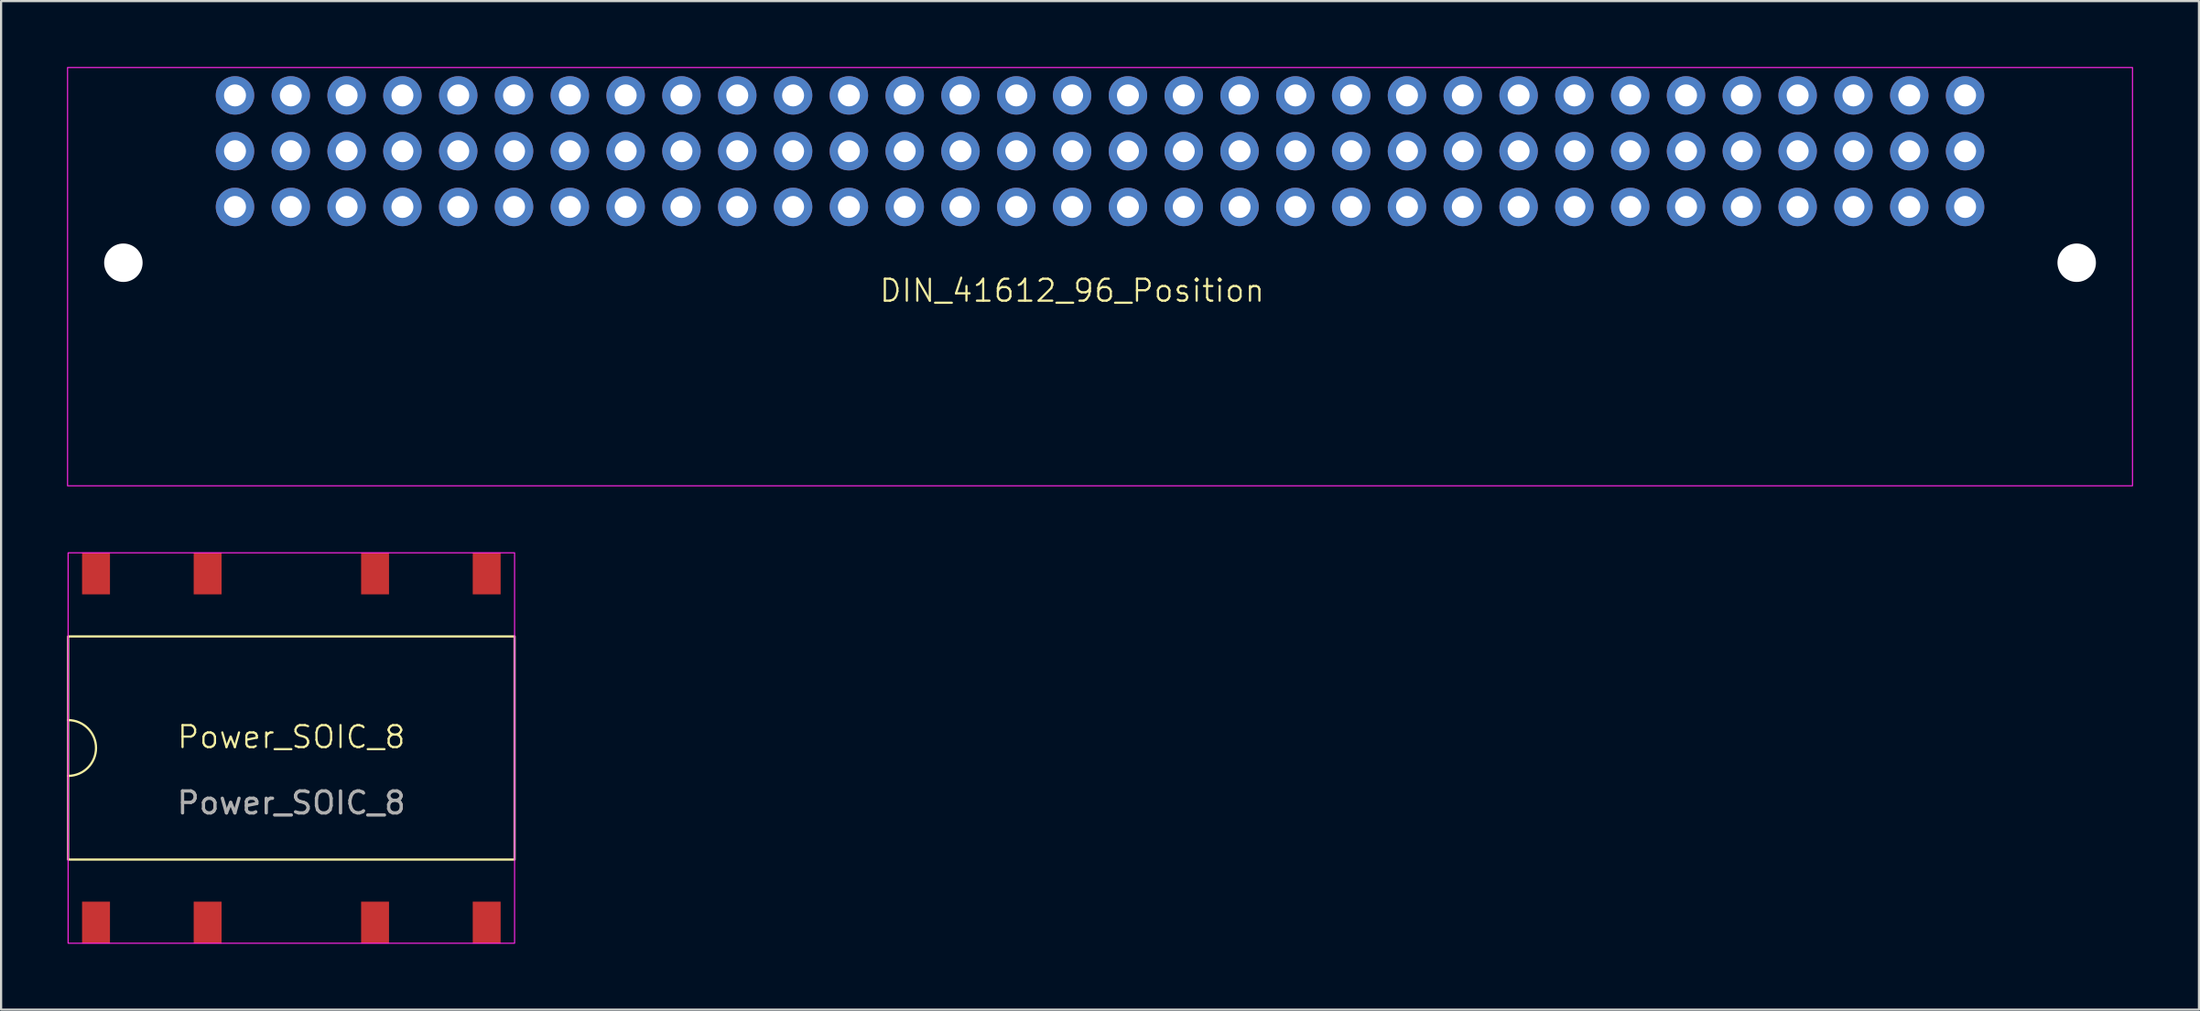
<source format=kicad_pcb>
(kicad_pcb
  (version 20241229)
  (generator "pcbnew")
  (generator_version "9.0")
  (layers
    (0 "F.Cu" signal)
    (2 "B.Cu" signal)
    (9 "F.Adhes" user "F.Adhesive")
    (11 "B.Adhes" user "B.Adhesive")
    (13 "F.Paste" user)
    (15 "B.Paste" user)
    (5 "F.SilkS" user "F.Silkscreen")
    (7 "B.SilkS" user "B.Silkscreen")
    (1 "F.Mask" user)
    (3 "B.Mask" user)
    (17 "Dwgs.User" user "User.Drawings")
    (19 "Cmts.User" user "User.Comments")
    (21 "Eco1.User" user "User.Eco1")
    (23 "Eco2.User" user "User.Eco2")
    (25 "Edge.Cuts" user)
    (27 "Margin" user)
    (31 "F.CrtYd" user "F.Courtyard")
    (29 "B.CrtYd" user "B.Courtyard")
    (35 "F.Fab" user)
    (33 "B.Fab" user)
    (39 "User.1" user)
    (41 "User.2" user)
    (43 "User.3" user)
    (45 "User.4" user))
  (footprint "DIN_41612_96_Position"
    (layer "F.Cu")
    (at 47.015 3.835)
    (property "Reference" "DIN_41612_96_Position" (at -1.27 6.35 0) (unlocked yes) (layer "F.SilkS") (effects (font (size 1 1) (thickness 0.1))))
    (attr through_hole)
    (fp_rect (start -46.99 -3.81) (end 46.99 15.24) (stroke (width 0.05) (type default)) (fill no) (layer "F.CrtYd"))
    (pad "" np_thru_hole circle (at -44.45 5.08) (size 1.75 1.75) (drill 2.794) (layers "*.Cu" "*.Mask"))
    (pad "" np_thru_hole circle (at 44.45 5.08) (size 1.75 1.75) (drill 2.794) (layers "*.Cu" "*.Mask"))
    (pad "A1" thru_hole circle (at 39.37 2.54) (size 1.75 1.75) (drill 1) (layers "*.Cu" "*.Mask"))
    (pad "A2" thru_hole circle (at 36.83 2.54) (size 1.75 1.75) (drill 1) (layers "*.Cu" "*.Mask"))
    (pad "A3" thru_hole circle (at 34.29 2.54) (size 1.75 1.75) (drill 1) (layers "*.Cu" "*.Mask"))
    (pad "A4" thru_hole circle (at 31.75 2.54) (size 1.75 1.75) (drill 1) (layers "*.Cu" "*.Mask"))
    (pad "A5" thru_hole circle (at 29.21 2.54) (size 1.75 1.75) (drill 1) (layers "*.Cu" "*.Mask"))
    (pad "A6" thru_hole circle (at 26.67 2.54) (size 1.75 1.75) (drill 1) (layers "*.Cu" "*.Mask"))
    (pad "A7" thru_hole circle (at 24.13 2.54) (size 1.75 1.75) (drill 1) (layers "*.Cu" "*.Mask"))
    (pad "A8" thru_hole circle (at 21.59 2.54) (size 1.75 1.75) (drill 1) (layers "*.Cu" "*.Mask"))
    (pad "A9" thru_hole circle (at 19.05 2.54) (size 1.75 1.75) (drill 1) (layers "*.Cu" "*.Mask"))
    (pad "A10" thru_hole circle (at 16.51 2.54) (size 1.75 1.75) (drill 1) (layers "*.Cu" "*.Mask"))
    (pad "A11" thru_hole circle (at 13.97 2.54) (size 1.75 1.75) (drill 1) (layers "*.Cu" "*.Mask"))
    (pad "A12" thru_hole circle (at 11.43 2.54) (size 1.75 1.75) (drill 1) (layers "*.Cu" "*.Mask"))
    (pad "A13" thru_hole circle (at 8.89 2.54) (size 1.75 1.75) (drill 1) (layers "*.Cu" "*.Mask"))
    (pad "A14" thru_hole circle (at 6.35 2.54) (size 1.75 1.75) (drill 1) (layers "*.Cu" "*.Mask"))
    (pad "A15" thru_hole circle (at 3.81 2.54) (size 1.75 1.75) (drill 1) (layers "*.Cu" "*.Mask"))
    (pad "A16" thru_hole circle (at 1.27 2.54) (size 1.75 1.75) (drill 1) (layers "*.Cu" "*.Mask"))
    (pad "A17" thru_hole circle (at -1.27 2.54) (size 1.75 1.75) (drill 1) (layers "*.Cu" "*.Mask"))
    (pad "A18" thru_hole circle (at -3.81 2.54) (size 1.75 1.75) (drill 1) (layers "*.Cu" "*.Mask"))
    (pad "A19" thru_hole circle (at -6.35 2.54) (size 1.75 1.75) (drill 1) (layers "*.Cu" "*.Mask"))
    (pad "A20" thru_hole circle (at -8.89 2.54) (size 1.75 1.75) (drill 1) (layers "*.Cu" "*.Mask"))
    (pad "A21" thru_hole circle (at -11.43 2.54) (size 1.75 1.75) (drill 1) (layers "*.Cu" "*.Mask"))
    (pad "A22" thru_hole circle (at -13.97 2.54) (size 1.75 1.75) (drill 1) (layers "*.Cu" "*.Mask"))
    (pad "A23" thru_hole circle (at -16.51 2.54) (size 1.75 1.75) (drill 1) (layers "*.Cu" "*.Mask"))
    (pad "A24" thru_hole circle (at -19.05 2.54) (size 1.75 1.75) (drill 1) (layers "*.Cu" "*.Mask"))
    (pad "A25" thru_hole circle (at -21.59 2.54) (size 1.75 1.75) (drill 1) (layers "*.Cu" "*.Mask"))
    (pad "A26" thru_hole circle (at -24.13 2.54) (size 1.75 1.75) (drill 1) (layers "*.Cu" "*.Mask"))
    (pad "A27" thru_hole circle (at -26.67 2.54) (size 1.75 1.75) (drill 1) (layers "*.Cu" "*.Mask"))
    (pad "A28" thru_hole circle (at -29.21 2.54) (size 1.75 1.75) (drill 1) (layers "*.Cu" "*.Mask"))
    (pad "A29" thru_hole circle (at -31.75 2.54) (size 1.75 1.75) (drill 1) (layers "*.Cu" "*.Mask"))
    (pad "A30" thru_hole circle (at -34.29 2.54) (size 1.75 1.75) (drill 1) (layers "*.Cu" "*.Mask"))
    (pad "A31" thru_hole circle (at -36.83 2.54) (size 1.75 1.75) (drill 1) (layers "*.Cu" "*.Mask"))
    (pad "A32" thru_hole circle (at -39.37 2.54) (size 1.75 1.75) (drill 1) (layers "*.Cu" "*.Mask"))
    (pad "B1" thru_hole circle (at 39.37 0) (size 1.75 1.75) (drill 1) (layers "*.Cu" "*.Mask"))
    (pad "B2" thru_hole circle (at 36.83 0) (size 1.75 1.75) (drill 1) (layers "*.Cu" "*.Mask"))
    (pad "B3" thru_hole circle (at 34.29 0) (size 1.75 1.75) (drill 1) (layers "*.Cu" "*.Mask"))
    (pad "B4" thru_hole circle (at 31.75 0) (size 1.75 1.75) (drill 1) (layers "*.Cu" "*.Mask"))
    (pad "B5" thru_hole circle (at 29.21 0) (size 1.75 1.75) (drill 1) (layers "*.Cu" "*.Mask"))
    (pad "B6" thru_hole circle (at 26.67 0) (size 1.75 1.75) (drill 1) (layers "*.Cu" "*.Mask"))
    (pad "B7" thru_hole circle (at 24.13 0) (size 1.75 1.75) (drill 1) (layers "*.Cu" "*.Mask"))
    (pad "B8" thru_hole circle (at 21.59 0) (size 1.75 1.75) (drill 1) (layers "*.Cu" "*.Mask"))
    (pad "B9" thru_hole circle (at 19.05 0) (size 1.75 1.75) (drill 1) (layers "*.Cu" "*.Mask"))
    (pad "B10" thru_hole circle (at 16.51 0) (size 1.75 1.75) (drill 1) (layers "*.Cu" "*.Mask"))
    (pad "B11" thru_hole circle (at 13.97 0) (size 1.75 1.75) (drill 1) (layers "*.Cu" "*.Mask"))
    (pad "B12" thru_hole circle (at 11.43 0) (size 1.75 1.75) (drill 1) (layers "*.Cu" "*.Mask"))
    (pad "B13" thru_hole circle (at 8.89 0) (size 1.75 1.75) (drill 1) (layers "*.Cu" "*.Mask"))
    (pad "B14" thru_hole circle (at 6.35 0) (size 1.75 1.75) (drill 1) (layers "*.Cu" "*.Mask"))
    (pad "B15" thru_hole circle (at 3.81 0) (size 1.75 1.75) (drill 1) (layers "*.Cu" "*.Mask"))
    (pad "B16" thru_hole circle (at 1.27 0) (size 1.75 1.75) (drill 1) (layers "*.Cu" "*.Mask"))
    (pad "B17" thru_hole circle (at -1.27 0) (size 1.75 1.75) (drill 1) (layers "*.Cu" "*.Mask"))
    (pad "B18" thru_hole circle (at -3.81 0) (size 1.75 1.75) (drill 1) (layers "*.Cu" "*.Mask"))
    (pad "B19" thru_hole circle (at -6.35 0) (size 1.75 1.75) (drill 1) (layers "*.Cu" "*.Mask"))
    (pad "B20" thru_hole circle (at -8.89 0) (size 1.75 1.75) (drill 1) (layers "*.Cu" "*.Mask"))
    (pad "B21" thru_hole circle (at -11.43 0) (size 1.75 1.75) (drill 1) (layers "*.Cu" "*.Mask"))
    (pad "B22" thru_hole circle (at -13.97 0) (size 1.75 1.75) (drill 1) (layers "*.Cu" "*.Mask"))
    (pad "B23" thru_hole circle (at -16.51 0) (size 1.75 1.75) (drill 1) (layers "*.Cu" "*.Mask"))
    (pad "B24" thru_hole circle (at -19.05 0) (size 1.75 1.75) (drill 1) (layers "*.Cu" "*.Mask"))
    (pad "B25" thru_hole circle (at -21.59 0) (size 1.75 1.75) (drill 1) (layers "*.Cu" "*.Mask"))
    (pad "B26" thru_hole circle (at -24.13 0) (size 1.75 1.75) (drill 1) (layers "*.Cu" "*.Mask"))
    (pad "B27" thru_hole circle (at -26.67 0) (size 1.75 1.75) (drill 1) (layers "*.Cu" "*.Mask"))
    (pad "B28" thru_hole circle (at -29.21 0) (size 1.75 1.75) (drill 1) (layers "*.Cu" "*.Mask"))
    (pad "B29" thru_hole circle (at -31.75 0) (size 1.75 1.75) (drill 1) (layers "*.Cu" "*.Mask"))
    (pad "B30" thru_hole circle (at -34.29 0) (size 1.75 1.75) (drill 1) (layers "*.Cu" "*.Mask"))
    (pad "B31" thru_hole circle (at -36.83 0) (size 1.75 1.75) (drill 1) (layers "*.Cu" "*.Mask"))
    (pad "B32" thru_hole circle (at -39.37 0) (size 1.75 1.75) (drill 1) (layers "*.Cu" "*.Mask"))
    (pad "C1" thru_hole circle (at 39.37 -2.54) (size 1.75 1.75) (drill 1) (layers "*.Cu" "*.Mask"))
    (pad "C2" thru_hole circle (at 36.83 -2.54) (size 1.75 1.75) (drill 1) (layers "*.Cu" "*.Mask"))
    (pad "C3" thru_hole circle (at 34.29 -2.54) (size 1.75 1.75) (drill 1) (layers "*.Cu" "*.Mask"))
    (pad "C4" thru_hole circle (at 31.75 -2.54) (size 1.75 1.75) (drill 1) (layers "*.Cu" "*.Mask"))
    (pad "C5" thru_hole circle (at 29.21 -2.54) (size 1.75 1.75) (drill 1) (layers "*.Cu" "*.Mask"))
    (pad "C6" thru_hole circle (at 26.67 -2.54) (size 1.75 1.75) (drill 1) (layers "*.Cu" "*.Mask"))
    (pad "C7" thru_hole circle (at 24.13 -2.54) (size 1.75 1.75) (drill 1) (layers "*.Cu" "*.Mask"))
    (pad "C8" thru_hole circle (at 21.59 -2.54) (size 1.75 1.75) (drill 1) (layers "*.Cu" "*.Mask"))
    (pad "C9" thru_hole circle (at 19.05 -2.54) (size 1.75 1.75) (drill 1) (layers "*.Cu" "*.Mask"))
    (pad "C10" thru_hole circle (at 16.51 -2.54) (size 1.75 1.75) (drill 1) (layers "*.Cu" "*.Mask"))
    (pad "C11" thru_hole circle (at 13.97 -2.54) (size 1.75 1.75) (drill 1) (layers "*.Cu" "*.Mask"))
    (pad "C12" thru_hole circle (at 11.43 -2.54) (size 1.75 1.75) (drill 1) (layers "*.Cu" "*.Mask"))
    (pad "C13" thru_hole circle (at 8.89 -2.54) (size 1.75 1.75) (drill 1) (layers "*.Cu" "*.Mask"))
    (pad "C14" thru_hole circle (at 6.35 -2.54) (size 1.75 1.75) (drill 1) (layers "*.Cu" "*.Mask"))
    (pad "C15" thru_hole circle (at 3.81 -2.54) (size 1.75 1.75) (drill 1) (layers "*.Cu" "*.Mask"))
    (pad "C16" thru_hole circle (at 1.27 -2.54) (size 1.75 1.75) (drill 1) (layers "*.Cu" "*.Mask"))
    (pad "C17" thru_hole circle (at -1.27 -2.54) (size 1.75 1.75) (drill 1) (layers "*.Cu" "*.Mask"))
    (pad "C18" thru_hole circle (at -3.81 -2.54) (size 1.75 1.75) (drill 1) (layers "*.Cu" "*.Mask"))
    (pad "C19" thru_hole circle (at -6.35 -2.54) (size 1.75 1.75) (drill 1) (layers "*.Cu" "*.Mask"))
    (pad "C20" thru_hole circle (at -8.89 -2.54) (size 1.75 1.75) (drill 1) (layers "*.Cu" "*.Mask"))
    (pad "C21" thru_hole circle (at -11.43 -2.54) (size 1.75 1.75) (drill 1) (layers "*.Cu" "*.Mask"))
    (pad "C22" thru_hole circle (at -13.97 -2.54) (size 1.75 1.75) (drill 1) (layers "*.Cu" "*.Mask"))
    (pad "C23" thru_hole circle (at -16.51 -2.54) (size 1.75 1.75) (drill 1) (layers "*.Cu" "*.Mask"))
    (pad "C24" thru_hole circle (at -19.05 -2.54) (size 1.75 1.75) (drill 1) (layers "*.Cu" "*.Mask"))
    (pad "C25" thru_hole circle (at -21.59 -2.54) (size 1.75 1.75) (drill 1) (layers "*.Cu" "*.Mask"))
    (pad "C26" thru_hole circle (at -24.13 -2.54) (size 1.75 1.75) (drill 1) (layers "*.Cu" "*.Mask"))
    (pad "C27" thru_hole circle (at -26.67 -2.54) (size 1.75 1.75) (drill 1) (layers "*.Cu" "*.Mask"))
    (pad "C28" thru_hole circle (at -29.21 -2.54) (size 1.75 1.75) (drill 1) (layers "*.Cu" "*.Mask"))
    (pad "C29" thru_hole circle (at -31.75 -2.54) (size 1.75 1.75) (drill 1) (layers "*.Cu" "*.Mask"))
    (pad "C30" thru_hole circle (at -34.29 -2.54) (size 1.75 1.75) (drill 1) (layers "*.Cu" "*.Mask"))
    (pad "C31" thru_hole circle (at -36.83 -2.54) (size 1.75 1.75) (drill 1) (layers "*.Cu" "*.Mask"))
    (pad "C32" thru_hole circle (at -39.37 -2.54) (size 1.75 1.75) (drill 1) (layers "*.Cu" "*.Mask")))
  (footprint "Power_SOIC_8"
    (layer "F.Cu")
    (at 10.21 31.015)
    (property "Reference" "Power_SOIC_8" (at 0 -0.5 0) (unlocked yes) (layer "F.SilkS") (effects (font (size 1 1) (thickness 0.1))))
    (attr smd)
    (fp_rect (start -10.16 -5.08) (end 10.16 5.08) (stroke (width 0.1) (type default)) (fill no) (layer "F.SilkS"))
    (fp_arc (start -10.16 -1.27) (mid -8.89 0) (end -10.16 1.27) (stroke (width 0.1) (type default)) (layer "F.SilkS"))
    (fp_rect (start -10.16 -8.89) (end 10.16 8.89) (stroke (width 0.05) (type default)) (fill no) (layer "F.CrtYd"))
    (fp_text user "${REFERENCE}" (at 0 2.5 0) (unlocked yes) (layer "F.Fab") (effects (font (size 1 1) (thickness 0.15))))
    (pad "1" smd rect (at -8.89 7.95 90) (size 1.905 1.27) (layers "F.Cu" "F.Mask" "F.Paste"))
    (pad "2" smd rect (at -3.81 7.95 90) (size 1.905 1.27) (layers "F.Cu" "F.Mask" "F.Paste"))
    (pad "3" smd rect (at 3.81 7.95 90) (size 1.905 1.27) (layers "F.Cu" "F.Mask" "F.Paste"))
    (pad "4" smd rect (at 8.89 7.95 90) (size 1.905 1.27) (layers "F.Cu" "F.Mask" "F.Paste"))
    (pad "5" smd rect (at 8.89 -7.95 270) (size 1.905 1.27) (layers "F.Cu" "F.Mask" "F.Paste"))
    (pad "6" smd rect (at 3.81 -7.95 270) (size 1.905 1.27) (layers "F.Cu" "F.Mask" "F.Paste"))
    (pad "7" smd rect (at -3.81 -7.95 270) (size 1.905 1.27) (layers "F.Cu" "F.Mask" "F.Paste"))
    (pad "8" smd rect (at -8.89 -7.95 270) (size 1.905 1.27) (layers "F.Cu" "F.Mask" "F.Paste")))
  (gr_rect
    (start -3 -3)
    (end 97.03 42.93)
    (stroke (width 0.1) (type default))
    (fill no)
    (layer "Edge.Cuts")))
</source>
